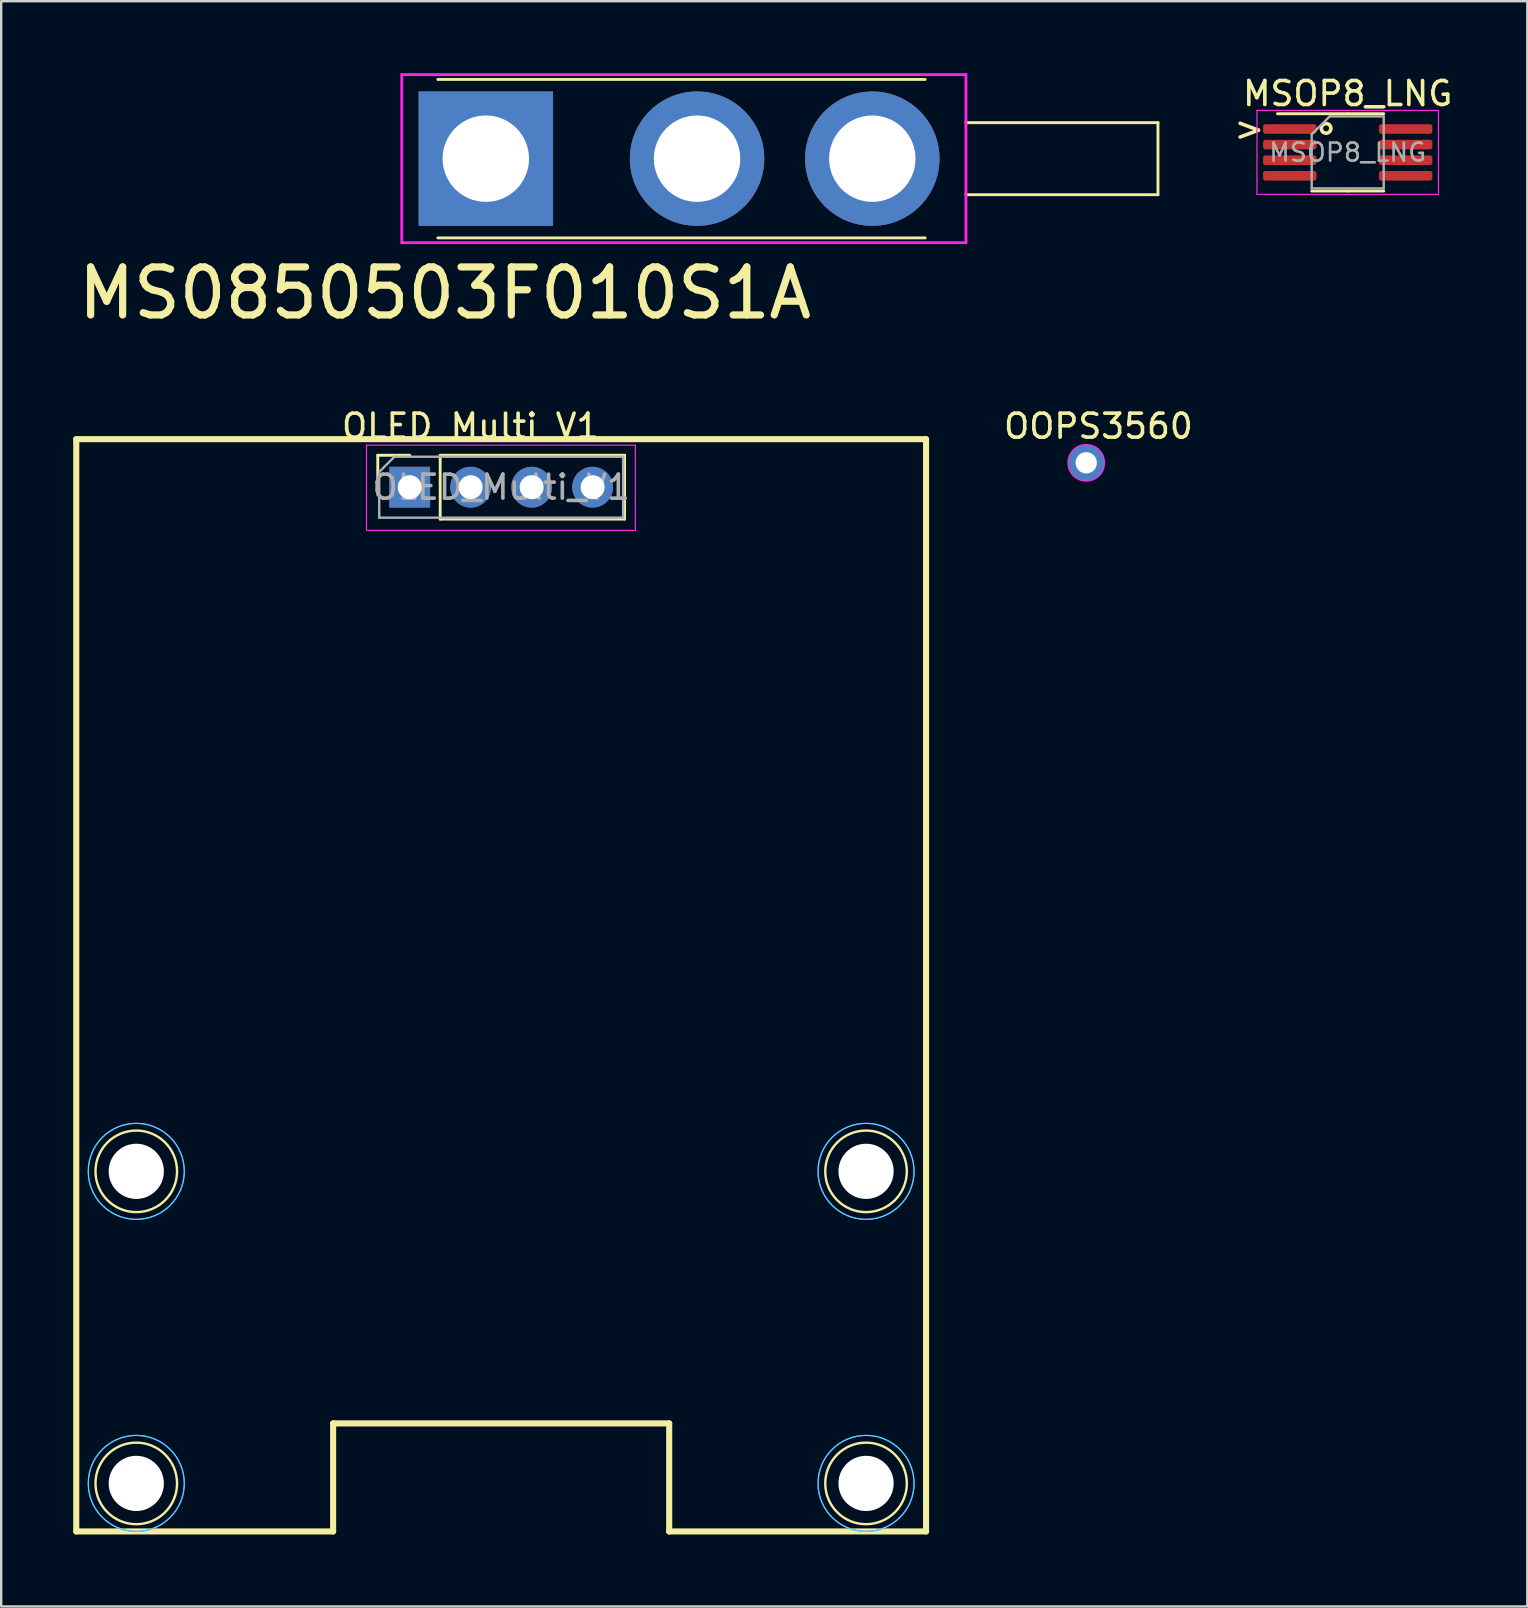
<source format=kicad_pcb>
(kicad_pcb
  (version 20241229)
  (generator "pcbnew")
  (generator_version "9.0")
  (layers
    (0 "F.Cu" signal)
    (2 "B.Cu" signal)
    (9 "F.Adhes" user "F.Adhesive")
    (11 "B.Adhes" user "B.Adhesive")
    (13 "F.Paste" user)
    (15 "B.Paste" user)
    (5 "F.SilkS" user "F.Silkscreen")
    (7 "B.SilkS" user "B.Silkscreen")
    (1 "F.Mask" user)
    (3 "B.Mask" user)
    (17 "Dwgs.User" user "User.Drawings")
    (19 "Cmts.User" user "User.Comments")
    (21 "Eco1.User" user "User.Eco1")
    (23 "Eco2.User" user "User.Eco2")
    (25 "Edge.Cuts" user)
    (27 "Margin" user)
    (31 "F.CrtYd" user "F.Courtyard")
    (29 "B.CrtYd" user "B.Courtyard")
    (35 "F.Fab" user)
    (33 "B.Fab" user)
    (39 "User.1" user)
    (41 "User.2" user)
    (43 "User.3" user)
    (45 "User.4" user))
  (footprint "MSOP8_LNG"
    (layer "F.Cu")
    (at 53.092 3.298)
    (property "Reference" "MSOP8_LNG" (at 0 -2.45 0) (layer "F.SilkS") (effects (font (size 1 1) (thickness 0.15))))
    (attr smd)
    (fp_line (start 0 -1.61) (end -2.925 -1.61) (stroke (width 0.12) (type solid)) (layer "F.SilkS"))
    (fp_line (start 0 -1.61) (end 1.5 -1.61) (stroke (width 0.12) (type solid)) (layer "F.SilkS"))
    (fp_line (start 0 1.61) (end -1.5 1.61) (stroke (width 0.12) (type solid)) (layer "F.SilkS"))
    (fp_line (start 0 1.61) (end 1.5 1.61) (stroke (width 0.12) (type solid)) (layer "F.SilkS"))
    (fp_circle (center -0.9 -1) (end -0.7 -1) (stroke (width 0.15) (type solid)) (fill no) (layer "F.SilkS"))
    (fp_line (start -3.78 -1.75) (end -3.78 1.75) (stroke (width 0.05) (type solid)) (layer "F.CrtYd"))
    (fp_line (start -3.78 1.75) (end 3.78 1.75) (stroke (width 0.05) (type solid)) (layer "F.CrtYd"))
    (fp_line (start 3.78 -1.75) (end -3.78 -1.75) (stroke (width 0.05) (type solid)) (layer "F.CrtYd"))
    (fp_line (start 3.78 1.75) (end 3.78 -1.75) (stroke (width 0.05) (type solid)) (layer "F.CrtYd"))
    (fp_line (start -1.5 -0.75) (end -0.75 -1.5) (stroke (width 0.1) (type solid)) (layer "F.Fab"))
    (fp_line (start -1.5 1.5) (end -1.5 -0.75) (stroke (width 0.1) (type solid)) (layer "F.Fab"))
    (fp_line (start -0.75 -1.5) (end 1.5 -1.5) (stroke (width 0.1) (type solid)) (layer "F.Fab"))
    (fp_line (start 1.5 -1.5) (end 1.5 1.5) (stroke (width 0.1) (type solid)) (layer "F.Fab"))
    (fp_line (start 1.5 1.5) (end -1.5 1.5) (stroke (width 0.1) (type solid)) (layer "F.Fab"))
    (fp_text user ">" (at -4.1 -1 0) (unlocked yes) (layer "F.SilkS") (effects (font (size 1 1) (thickness 0.15))))
    (fp_text user "${REFERENCE}" (at 0 0 0) (layer "F.Fab") (effects (font (size 0.75 0.75) (thickness 0.11))))
    (pad "1" smd roundrect (at -2.413 -0.975) (size 2.225 0.4) (layers "F.Cu" "F.Mask" "F.Paste") (roundrect_rratio 0.25))
    (pad "2" smd roundrect (at -2.413 -0.325) (size 2.225 0.4) (layers "F.Cu" "F.Mask" "F.Paste") (roundrect_rratio 0.25))
    (pad "3" smd roundrect (at -2.413 0.325) (size 2.225 0.4) (layers "F.Cu" "F.Mask" "F.Paste") (roundrect_rratio 0.25))
    (pad "4" smd roundrect (at -2.413 0.975) (size 2.225 0.4) (layers "F.Cu" "F.Mask" "F.Paste") (roundrect_rratio 0.25))
    (pad "5" smd roundrect (at 2.413 0.975) (size 2.225 0.4) (layers "F.Cu" "F.Mask" "F.Paste") (roundrect_rratio 0.25))
    (pad "6" smd roundrect (at 2.413 0.325) (size 2.225 0.4) (layers "F.Cu" "F.Mask" "F.Paste") (roundrect_rratio 0.25))
    (pad "7" smd roundrect (at 2.413 -0.325) (size 2.225 0.4) (layers "F.Cu" "F.Mask" "F.Paste") (roundrect_rratio 0.25))
    (pad "8" smd roundrect (at 2.413 -0.975) (size 2.225 0.4) (layers "F.Cu" "F.Mask" "F.Paste") (roundrect_rratio 0.25)))
  (footprint "MS0850503F010S1A"
    (layer "F.Cu")
    (at 17.188 3.56)
    (property "Reference" "MS0850503F010S1A" (at -1.7 5.6 0) (layer "F.SilkS") (effects (font (size 2 2) (thickness 0.3))))
    (attr through_hole)
    (fp_line (start -2 -3.3) (end 18.3 -3.3) (stroke (width 0.12) (type solid)) (layer "F.SilkS"))
    (fp_line (start -2 3.3) (end 18.3 3.3) (stroke (width 0.12) (type solid)) (layer "F.SilkS"))
    (fp_line (start 20 -1.5) (end 28 -1.5) (stroke (width 0.12) (type solid)) (layer "F.SilkS"))
    (fp_line (start 28 -1.5) (end 28 1.5) (stroke (width 0.12) (type solid)) (layer "F.SilkS"))
    (fp_line (start 28 1.5) (end 20 1.5) (stroke (width 0.12) (type solid)) (layer "F.SilkS"))
    (fp_line (start -3.5 -3.5) (end 20 -3.5) (stroke (width 0.12) (type solid)) (layer "F.CrtYd"))
    (fp_line (start -3.5 3.5) (end -3.5 -3.5) (stroke (width 0.12) (type solid)) (layer "F.CrtYd"))
    (fp_line (start 20 -3.5) (end 20 3.5) (stroke (width 0.12) (type solid)) (layer "F.CrtYd"))
    (fp_line (start 20 3.5) (end -3.5 3.5) (stroke (width 0.12) (type solid)) (layer "F.CrtYd"))
    (pad "1" thru_hole rect (at 0 0) (size 5.6 5.6) (drill 3.6) (layers "*.Cu" "*.Mask"))
    (pad "2" thru_hole circle (at 16.1 0) (size 5.6 5.6) (drill 3.6) (layers "*.Cu" "*.Mask"))
    (pad "3" thru_hole circle (at 8.8 0) (size 5.6 5.6) (drill 3.6) (layers "*.Cu" "*.Mask")))
  (footprint "OLED_Multi_V1"
    (layer "F.Cu")
    (at 14.017 17.245)
    (property "Reference" "OLED_Multi_V1" (at 2.54 -2.54 180) (layer "F.SilkS") (effects (font (size 1 1) (thickness 0.15))))
    (attr through_hole)
    (fp_line (start -13.89 -2) (end -13.89 43.5) (stroke (width 0.254) (type solid)) (layer "F.SilkS"))
    (fp_line (start -13.89 -2) (end 21.51 -2) (stroke (width 0.254) (type solid)) (layer "F.SilkS"))
    (fp_line (start -13.89 43.5) (end -3.19 43.5) (stroke (width 0.254) (type solid)) (layer "F.SilkS"))
    (fp_line (start -3.19 39) (end 10.81 39) (stroke (width 0.254) (type solid)) (layer "F.SilkS"))
    (fp_line (start -3.19 43.5) (end -3.19 39) (stroke (width 0.254) (type solid)) (layer "F.SilkS"))
    (fp_line (start -1.33 -1.33) (end 0 -1.33) (stroke (width 0.12) (type solid)) (layer "F.SilkS"))
    (fp_line (start -1.33 0) (end -1.33 -1.33) (stroke (width 0.12) (type solid)) (layer "F.SilkS"))
    (fp_line (start 1.27 -1.33) (end 8.95 -1.33) (stroke (width 0.12) (type solid)) (layer "F.SilkS"))
    (fp_line (start 1.27 1.33) (end 1.27 -1.33) (stroke (width 0.12) (type solid)) (layer "F.SilkS"))
    (fp_line (start 1.27 1.33) (end 8.95 1.33) (stroke (width 0.12) (type solid)) (layer "F.SilkS"))
    (fp_line (start 8.95 1.33) (end 8.95 -1.33) (stroke (width 0.12) (type solid)) (layer "F.SilkS"))
    (fp_line (start 10.81 43.5) (end 10.81 39) (stroke (width 0.254) (type solid)) (layer "F.SilkS"))
    (fp_line (start 21.51 -2) (end 21.51 43.5) (stroke (width 0.254) (type solid)) (layer "F.SilkS"))
    (fp_line (start 21.51 43.5) (end 10.81 43.5) (stroke (width 0.254) (type solid)) (layer "F.SilkS"))
    (fp_circle (center -11.39 28.5) (end -9.691 28.5) (stroke (width 0.1) (type solid)) (fill no) (layer "F.SilkS"))
    (fp_circle (center -11.39 41.5) (end -9.691 41.5) (stroke (width 0.1) (type solid)) (fill no) (layer "F.SilkS"))
    (fp_circle (center 19.01 28.5) (end 20.709 28.5) (stroke (width 0.1) (type solid)) (fill no) (layer "F.SilkS"))
    (fp_circle (center 19.01 41.5) (end 20.709 41.5) (stroke (width 0.1) (type solid)) (fill no) (layer "F.SilkS"))
    (fp_circle (center -11.39 28.5) (end -9.39 28.5) (stroke (width 0.05) (type solid)) (fill no) (layer "B.CrtYd"))
    (fp_circle (center -11.39 41.5) (end -9.39 41.5) (stroke (width 0.05) (type solid)) (fill no) (layer "B.CrtYd"))
    (fp_circle (center 19.01 28.5) (end 21.01 28.5) (stroke (width 0.05) (type solid)) (fill no) (layer "B.CrtYd"))
    (fp_circle (center 19.01 41.5) (end 21.01 41.5) (stroke (width 0.05) (type solid)) (fill no) (layer "B.CrtYd"))
    (fp_line (start -1.8 -1.75) (end 9.4 -1.75) (stroke (width 0.05) (type solid)) (layer "F.CrtYd"))
    (fp_line (start -1.8 1.8) (end -1.8 -1.75) (stroke (width 0.05) (type solid)) (layer "F.CrtYd"))
    (fp_line (start 9.4 -1.75) (end 9.4 1.8) (stroke (width 0.05) (type solid)) (layer "F.CrtYd"))
    (fp_line (start 9.4 1.8) (end -1.8 1.8) (stroke (width 0.05) (type solid)) (layer "F.CrtYd"))
    (fp_circle (center -11.39 28.5) (end -9.39 28.5) (stroke (width 0.05) (type solid)) (fill no) (layer "F.CrtYd"))
    (fp_circle (center -11.39 41.5) (end -9.39 41.5) (stroke (width 0.05) (type solid)) (fill no) (layer "F.CrtYd"))
    (fp_circle (center 19.01 28.5) (end 21.01 28.5) (stroke (width 0.05) (type solid)) (fill no) (layer "F.CrtYd"))
    (fp_circle (center 19.01 41.5) (end 21.01 41.5) (stroke (width 0.05) (type solid)) (fill no) (layer "F.CrtYd"))
    (fp_line (start -1.27 -0.635) (end -0.635 -1.27) (stroke (width 0.1) (type solid)) (layer "F.Fab"))
    (fp_line (start -1.27 1.27) (end -1.27 -0.635) (stroke (width 0.1) (type solid)) (layer "F.Fab"))
    (fp_line (start -0.635 -1.27) (end 8.89 -1.27) (stroke (width 0.1) (type solid)) (layer "F.Fab"))
    (fp_line (start 8.89 -1.27) (end 8.89 1.27) (stroke (width 0.1) (type solid)) (layer "F.Fab"))
    (fp_line (start 8.89 1.27) (end -1.27 1.27) (stroke (width 0.1) (type solid)) (layer "F.Fab"))
    (fp_text user "${REFERENCE}" (at 3.81 0 180) (layer "F.Fab") (effects (font (size 1 1) (thickness 0.15))))
    (pad "" np_thru_hole circle (at -11.39 28.5) (size 2.3 2.3) (drill 2.3) (layers "*.Cu" "*.Mask"))
    (pad "" np_thru_hole circle (at -11.39 41.5) (size 2.3 2.3) (drill 2.3) (layers "*.Cu" "*.Mask"))
    (pad "" np_thru_hole circle (at 19.01 28.5) (size 2.3 2.3) (drill 2.3) (layers "*.Cu" "*.Mask"))
    (pad "" np_thru_hole circle (at 19.01 41.5) (size 2.3 2.3) (drill 2.3) (layers "*.Cu" "*.Mask"))
    (pad "1" thru_hole rect (at 0 0 90) (size 1.7 1.7) (drill 1) (layers "*.Cu" "*.Mask"))
    (pad "2" thru_hole oval (at 2.54 0 90) (size 1.7 1.7) (drill 1) (layers "*.Cu" "*.Mask"))
    (pad "3" thru_hole oval (at 5.08 0 90) (size 1.7 1.7) (drill 1) (layers "*.Cu" "*.Mask"))
    (pad "4" thru_hole oval (at 7.62 0 90) (size 1.7 1.7) (drill 1) (layers "*.Cu" "*.Mask")))
  (footprint "OOPS3560"
    (layer "F.Cu")
    (at 42.2 16.229)
    (property "Reference" "OOPS3560" (at 0.508 -1.524 0) (unlocked yes) (layer "F.SilkS") (effects (font (size 1 1) (thickness 0.15))))
    (attr through_hole)
    (fp_circle (center 0 0) (end 0.762 0) (stroke (width 0.05) (type solid)) (fill no) (layer "F.CrtYd"))
    (pad "1" thru_hole circle (at 0 0) (size 1.524 1.524) (drill 0.889) (layers "*.Cu" "*.Mask")))
  (gr_rect
    (start -3 -3)
    (end 60.574 63.872)
    (stroke (width 0.1) (type default))
    (fill no)
    (layer "Edge.Cuts")))
</source>
